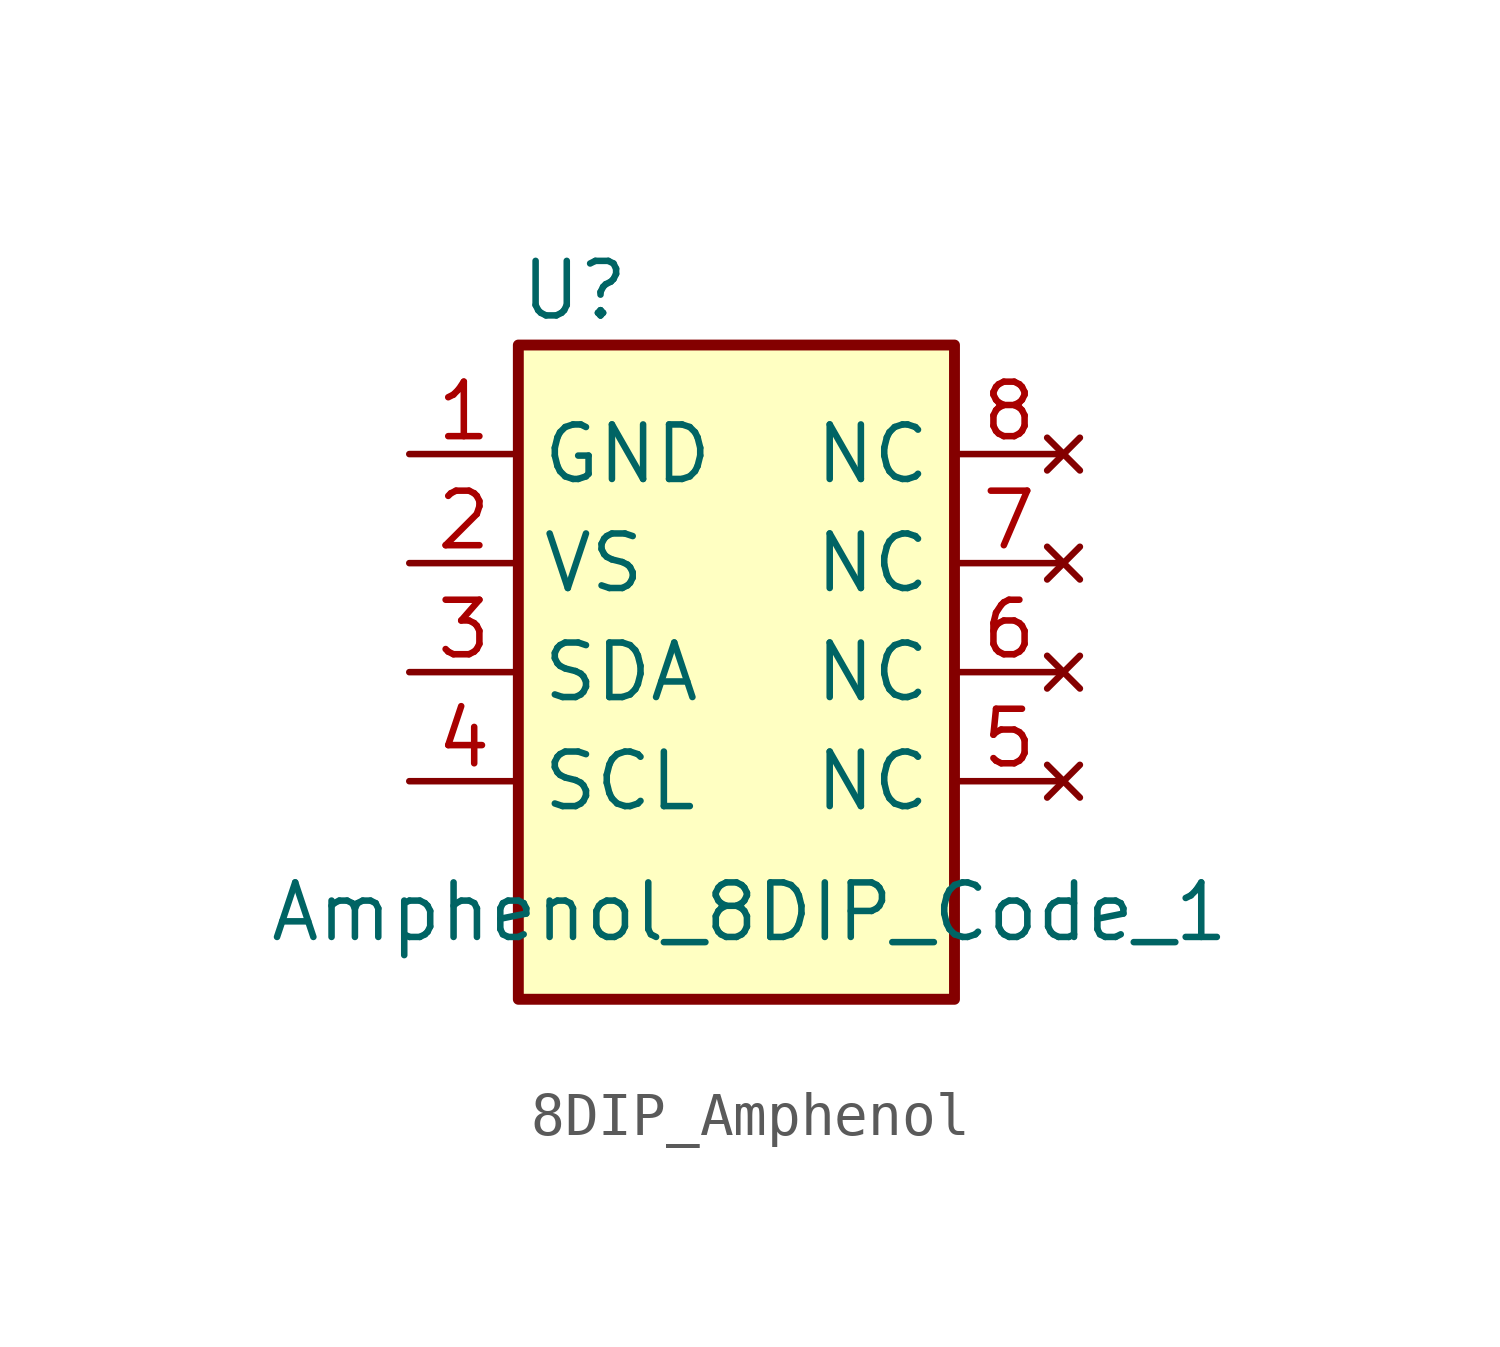
<source format=kicad_sym>
(kicad_symbol_lib
  (version 20241209)
  (generator "kicad_symbol_editor")
  (generator_version "9.0")
  (symbol "8DIP_Amphenol"
    (property "Reference" "U"
      (at -5.08 8.89 0)
      (effects (font (size 1.27 1.27)) (justify left)))
    (property "Value" "Amphenol_8DIP_Code_1"
      (at -10.922 -5.588 0)
      (effects (font (size 1.27 1.27)) (justify left)))
    (symbol "8DIP_Amphenol_0_1"
      (rectangle (start -5.08 7.62) (end 5.08 -7.62) (stroke (width 0.254) (type default)) (fill (type background))))
    (symbol "8DIP_Amphenol_1_0"
      (pin no_connect line (at 7.62 0 180) (length 2.54) (name "NC" (effects (font (size 1.27 1.27)))) (number "6" (effects (font (size 1.27 1.27)))))
      (pin no_connect line (at 7.62 -2.54 180) (length 2.54) (name "NC" (effects (font (size 1.27 1.27)))) (number "5" (effects (font (size 1.27 1.27))))))
    (symbol "8DIP_Amphenol_1_1"
      (pin power_in line (at -7.62 5.08 0) (length 2.54) (name "GND" (effects (font (size 1.27 1.27)))) (number "1" (effects (font (size 1.27 1.27)))))
      (pin power_in line (at -7.62 2.54 0) (length 2.54) (name "VS" (effects (font (size 1.27 1.27)))) (number "2" (effects (font (size 1.27 1.27)))))
      (pin bidirectional line (at -7.62 0 0) (length 2.54) (name "SDA" (effects (font (size 1.27 1.27)))) (number "3" (effects (font (size 1.27 1.27)))))
      (pin input line (at -7.62 -2.54 0) (length 2.54) (name "SCL" (effects (font (size 1.27 1.27)))) (number "4" (effects (font (size 1.27 1.27)))))
      (pin no_connect line (at 7.62 5.08 180) (length 2.54) (name "NC" (effects (font (size 1.27 1.27)))) (number "8" (effects (font (size 1.27 1.27)))))
      (pin no_connect line (at 7.62 2.54 180) (length 2.54) (name "NC" (effects (font (size 1.27 1.27)))) (number "7" (effects (font (size 1.27 1.27))))))))
</source>
